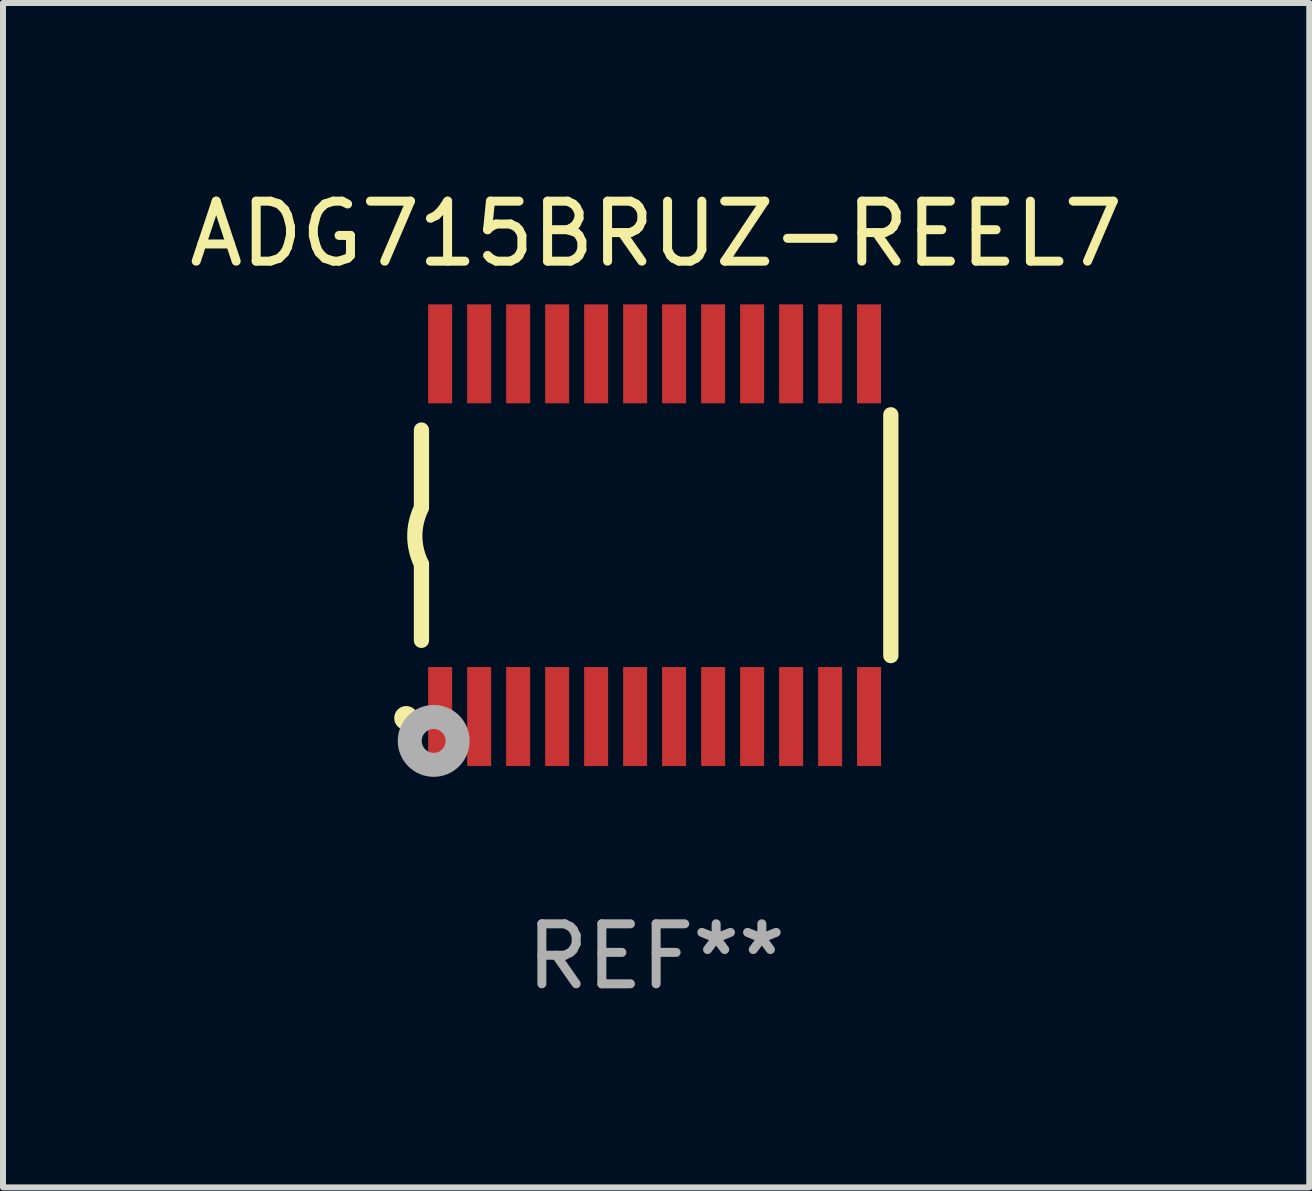
<source format=kicad_pcb>
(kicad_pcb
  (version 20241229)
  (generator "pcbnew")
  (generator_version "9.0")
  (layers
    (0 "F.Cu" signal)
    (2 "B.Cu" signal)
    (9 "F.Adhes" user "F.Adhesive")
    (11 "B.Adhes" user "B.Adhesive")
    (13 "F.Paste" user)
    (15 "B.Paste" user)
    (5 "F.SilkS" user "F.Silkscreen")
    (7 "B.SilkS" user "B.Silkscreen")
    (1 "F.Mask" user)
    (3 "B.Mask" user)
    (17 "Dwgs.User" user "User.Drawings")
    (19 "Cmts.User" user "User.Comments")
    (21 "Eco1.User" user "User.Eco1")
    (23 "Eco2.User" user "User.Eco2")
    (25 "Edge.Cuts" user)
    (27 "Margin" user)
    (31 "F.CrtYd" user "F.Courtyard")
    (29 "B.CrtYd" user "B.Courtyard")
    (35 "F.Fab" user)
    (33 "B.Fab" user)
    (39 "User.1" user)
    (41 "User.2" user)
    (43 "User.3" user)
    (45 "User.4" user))
  (footprint "ADG715BRUZ-REEL7"
    (layer "F.Cu")
    (at 7.887 5.871)
    (property "Reference" "ADG715BRUZ-REEL7" (at 0 -5.023 0) (layer "F.SilkS") (effects (font (size 1 1) (thickness 0.15))))
    (attr through_hole)
    (fp_line (start -3.912 -0.483) (end -3.912 -1.753) (stroke (width 0.254) (type solid)) (layer "F.SilkS"))
    (fp_line (start -3.912 1.753) (end -3.912 0.483) (stroke (width 0.254) (type solid)) (layer "F.SilkS"))
    (fp_line (start 3.912 -2.007) (end 3.912 2.007) (stroke (width 0.254) (type solid)) (layer "F.SilkS"))
    (fp_arc (start -3.911608 0.482601) (mid -4.022537 0.0127) (end -3.911608 -0.457201) (stroke (width 0.254001) (type solid)) (layer "F.SilkS"))
    (fp_circle (center -4.166 3.048) (end -4.066 3.048) (stroke (width 0.2) (type solid)) (fill no) (layer "F.SilkS"))
    (fp_circle (center -3.925 3.186) (end -3.895 3.186) (stroke (width 0.06) (type solid)) (fill no) (layer "F.SilkS"))
    (fp_circle (center -3.708 3.429) (end -3.509 3.429) (stroke (width 0.4) (type solid)) (fill no) (layer "F.Fab"))
    (fp_text user "REF**" (at 0 7.023 0) (layer "F.Fab") (effects (font (size 1 1) (thickness 0.15))))
    (pad "1" smd rect (at -3.6 3.023) (size 0.4 1.65) (layers "F.Cu" "F.Mask" "F.Paste"))
    (pad "2" smd rect (at -2.95 3.023) (size 0.4 1.65) (layers "F.Cu" "F.Mask" "F.Paste"))
    (pad "3" smd rect (at -2.3 3.023) (size 0.4 1.65) (layers "F.Cu" "F.Mask" "F.Paste"))
    (pad "4" smd rect (at -1.65 3.023) (size 0.4 1.65) (layers "F.Cu" "F.Mask" "F.Paste"))
    (pad "5" smd rect (at -1 3.023) (size 0.4 1.65) (layers "F.Cu" "F.Mask" "F.Paste"))
    (pad "6" smd rect (at -0.35 3.023) (size 0.4 1.65) (layers "F.Cu" "F.Mask" "F.Paste"))
    (pad "7" smd rect (at 0.299 3.023) (size 0.4 1.65) (layers "F.Cu" "F.Mask" "F.Paste"))
    (pad "8" smd rect (at 0.95 3.023) (size 0.4 1.65) (layers "F.Cu" "F.Mask" "F.Paste"))
    (pad "9" smd rect (at 1.6 3.023) (size 0.4 1.65) (layers "F.Cu" "F.Mask" "F.Paste"))
    (pad "10" smd rect (at 2.25 3.023) (size 0.4 1.65) (layers "F.Cu" "F.Mask" "F.Paste"))
    (pad "11" smd rect (at 2.9 3.023) (size 0.4 1.65) (layers "F.Cu" "F.Mask" "F.Paste"))
    (pad "12" smd rect (at 3.549 3.023) (size 0.4 1.65) (layers "F.Cu" "F.Mask" "F.Paste"))
    (pad "13" smd rect (at 3.549 -3.023) (size 0.4 1.65) (layers "F.Cu" "F.Mask" "F.Paste"))
    (pad "14" smd rect (at 2.9 -3.023) (size 0.4 1.65) (layers "F.Cu" "F.Mask" "F.Paste"))
    (pad "15" smd rect (at 2.25 -3.023) (size 0.4 1.65) (layers "F.Cu" "F.Mask" "F.Paste"))
    (pad "16" smd rect (at 1.6 -3.023) (size 0.4 1.65) (layers "F.Cu" "F.Mask" "F.Paste"))
    (pad "17" smd rect (at 0.95 -3.023) (size 0.4 1.65) (layers "F.Cu" "F.Mask" "F.Paste"))
    (pad "18" smd rect (at 0.299 -3.023) (size 0.4 1.65) (layers "F.Cu" "F.Mask" "F.Paste"))
    (pad "19" smd rect (at -0.35 -3.023) (size 0.4 1.65) (layers "F.Cu" "F.Mask" "F.Paste"))
    (pad "20" smd rect (at -1 -3.023) (size 0.4 1.65) (layers "F.Cu" "F.Mask" "F.Paste"))
    (pad "21" smd rect (at -1.65 -3.023) (size 0.4 1.65) (layers "F.Cu" "F.Mask" "F.Paste"))
    (pad "22" smd rect (at -2.3 -3.023) (size 0.4 1.65) (layers "F.Cu" "F.Mask" "F.Paste"))
    (pad "23" smd rect (at -2.95 -3.023) (size 0.4 1.65) (layers "F.Cu" "F.Mask" "F.Paste"))
    (pad "24" smd rect (at -3.6 -3.023) (size 0.4 1.65) (layers "F.Cu" "F.Mask" "F.Paste")))
  (gr_rect
    (start -3 -3)
    (end 18.774 16.742)
    (stroke (width 0.1) (type default))
    (fill no)
    (layer "Edge.Cuts")))
</source>
